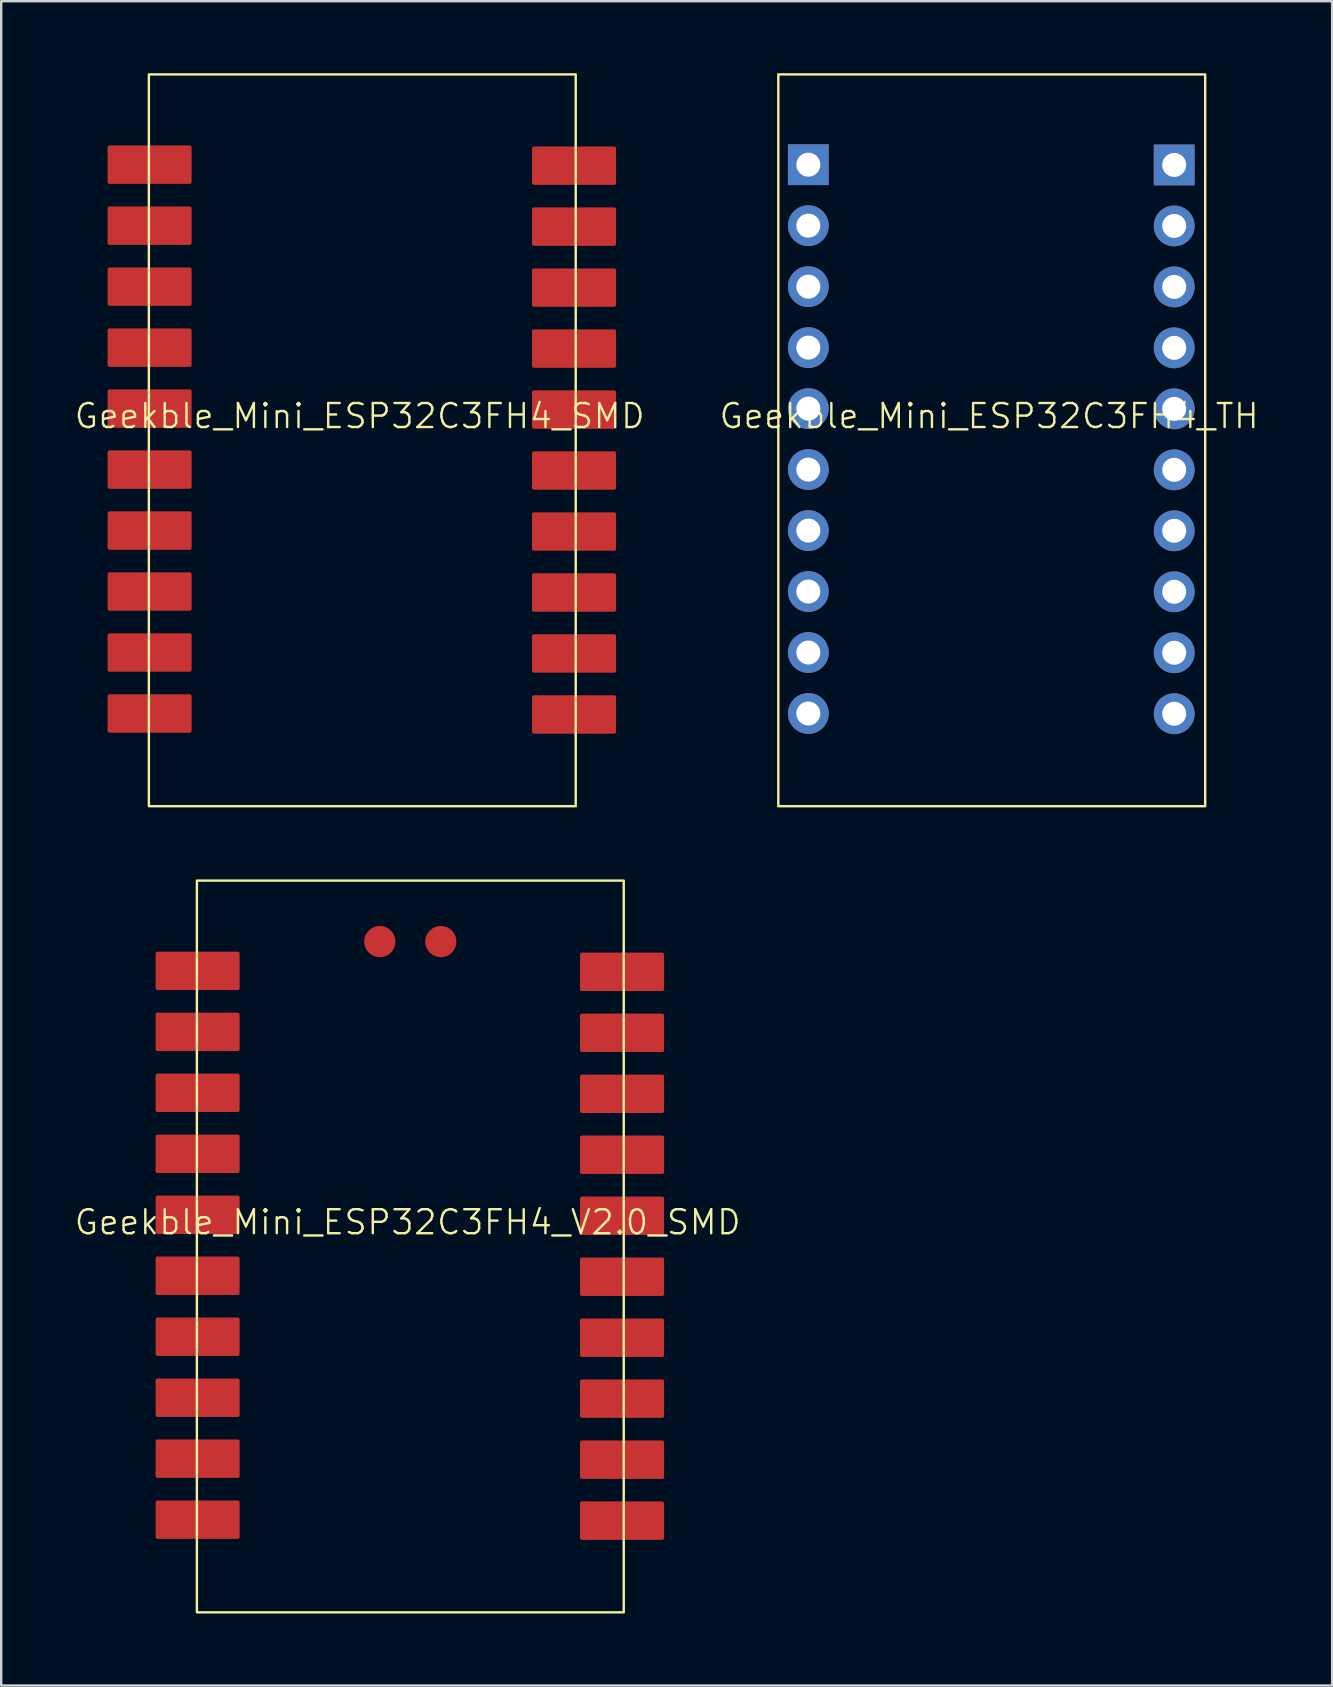
<source format=kicad_pcb>
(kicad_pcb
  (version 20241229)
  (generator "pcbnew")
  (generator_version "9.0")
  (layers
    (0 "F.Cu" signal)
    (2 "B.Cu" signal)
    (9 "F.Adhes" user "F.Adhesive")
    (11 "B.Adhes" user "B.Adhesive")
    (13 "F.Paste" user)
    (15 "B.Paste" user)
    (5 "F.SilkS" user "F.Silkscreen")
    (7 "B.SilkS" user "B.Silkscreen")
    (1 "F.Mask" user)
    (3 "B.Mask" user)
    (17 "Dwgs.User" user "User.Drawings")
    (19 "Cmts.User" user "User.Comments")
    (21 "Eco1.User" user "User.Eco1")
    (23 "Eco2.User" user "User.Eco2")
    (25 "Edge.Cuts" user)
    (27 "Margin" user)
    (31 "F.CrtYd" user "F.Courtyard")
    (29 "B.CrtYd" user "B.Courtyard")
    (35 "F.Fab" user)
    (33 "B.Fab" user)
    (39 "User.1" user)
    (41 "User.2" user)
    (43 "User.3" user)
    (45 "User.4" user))
  (footprint "Geekble_Mini_ESP32C3FH4_SMD"
    (layer "F.Cu")
    (at 11.931 14.28)
    (property "Reference" "Geekble_Mini_ESP32C3FH4_SMD" (at 0 0 0) (unlocked yes) (layer "F.SilkS") (effects (font (size 1 1) (thickness 0.1))))
    (attr smd)
    (fp_rect (start -8.78 -14.23) (end 9 16.25) (stroke (width 0.1) (type default)) (fill no) (layer "F.SilkS"))
    (pad "1" smd roundrect (at -8.75 -10.47) (size 3.5 1.6) (layers "F.Cu" "F.Mask" "F.Paste") (roundrect_rratio 0.05))
    (pad "2" smd roundrect (at -8.75 -7.93) (size 3.5 1.6) (layers "F.Cu" "F.Mask" "F.Paste") (roundrect_rratio 0.05))
    (pad "3" smd roundrect (at -8.75 -5.39) (size 3.5 1.6) (layers "F.Cu" "F.Mask" "F.Paste") (roundrect_rratio 0.05))
    (pad "4" smd roundrect (at -8.75 -2.85) (size 3.5 1.6) (layers "F.Cu" "F.Mask" "F.Paste") (roundrect_rratio 0.05))
    (pad "5" smd roundrect (at -8.75 -0.31) (size 3.5 1.6) (layers "F.Cu" "F.Mask" "F.Paste") (roundrect_rratio 0.05))
    (pad "6" smd roundrect (at -8.75 2.23) (size 3.5 1.6) (layers "F.Cu" "F.Mask" "F.Paste") (roundrect_rratio 0.05))
    (pad "7" smd roundrect (at -8.75 4.77) (size 3.5 1.6) (layers "F.Cu" "F.Mask" "F.Paste") (roundrect_rratio 0.05))
    (pad "8" smd roundrect (at -8.75 7.31) (size 3.5 1.6) (layers "F.Cu" "F.Mask" "F.Paste") (roundrect_rratio 0.05))
    (pad "9" smd roundrect (at -8.75 9.85) (size 3.5 1.6) (layers "F.Cu" "F.Mask" "F.Paste") (roundrect_rratio 0.05))
    (pad "10" smd roundrect (at -8.75 12.39) (size 3.5 1.6) (layers "F.Cu" "F.Mask" "F.Paste") (roundrect_rratio 0.05))
    (pad "11" smd roundrect (at 8.93 -10.43) (size 3.5 1.6) (layers "F.Cu" "F.Mask" "F.Paste") (roundrect_rratio 0.05))
    (pad "12" smd roundrect (at 8.93 -7.89) (size 3.5 1.6) (layers "F.Cu" "F.Mask" "F.Paste") (roundrect_rratio 0.05))
    (pad "13" smd roundrect (at 8.93 -5.35) (size 3.5 1.6) (layers "F.Cu" "F.Mask" "F.Paste") (roundrect_rratio 0.05))
    (pad "14" smd roundrect (at 8.93 -2.81) (size 3.5 1.6) (layers "F.Cu" "F.Mask" "F.Paste") (roundrect_rratio 0.05))
    (pad "15" smd roundrect (at 8.93 -0.27) (size 3.5 1.6) (layers "F.Cu" "F.Mask" "F.Paste") (roundrect_rratio 0.05))
    (pad "16" smd roundrect (at 8.93 2.27) (size 3.5 1.6) (layers "F.Cu" "F.Mask" "F.Paste") (roundrect_rratio 0.05))
    (pad "17" smd roundrect (at 8.93 4.81) (size 3.5 1.6) (layers "F.Cu" "F.Mask" "F.Paste") (roundrect_rratio 0.05))
    (pad "18" smd roundrect (at 8.93 7.35) (size 3.5 1.6) (layers "F.Cu" "F.Mask" "F.Paste") (roundrect_rratio 0.05))
    (pad "19" smd roundrect (at 8.93 9.89) (size 3.5 1.6) (layers "F.Cu" "F.Mask" "F.Paste") (roundrect_rratio 0.05))
    (pad "20" smd roundrect (at 8.93 12.43) (size 3.5 1.6) (layers "F.Cu" "F.Mask" "F.Paste") (roundrect_rratio 0.05)))
  (footprint "Geekble_Mini_ESP32C3FH4_V2.0_SMD"
    (layer "F.Cu")
    (at 13.931 47.86)
    (property "Reference" "Geekble_Mini_ESP32C3FH4_V2.0_SMD" (at 0 0 0) (unlocked yes) (layer "F.SilkS") (effects (font (size 1 1) (thickness 0.1))))
    (attr smd)
    (fp_rect (start -8.78 -14.23) (end 9 16.25) (stroke (width 0.1) (type default)) (fill no) (layer "F.SilkS"))
    (pad "1" smd roundrect (at -8.75 -10.47) (size 3.5 1.6) (layers "F.Cu" "F.Mask" "F.Paste") (roundrect_rratio 0.05))
    (pad "2" smd roundrect (at -8.75 -7.93) (size 3.5 1.6) (layers "F.Cu" "F.Mask" "F.Paste") (roundrect_rratio 0.05))
    (pad "3" smd roundrect (at -8.75 -5.39) (size 3.5 1.6) (layers "F.Cu" "F.Mask" "F.Paste") (roundrect_rratio 0.05))
    (pad "4" smd roundrect (at -8.75 -2.85) (size 3.5 1.6) (layers "F.Cu" "F.Mask" "F.Paste") (roundrect_rratio 0.05))
    (pad "5" smd roundrect (at -8.75 -0.31) (size 3.5 1.6) (layers "F.Cu" "F.Mask" "F.Paste") (roundrect_rratio 0.05))
    (pad "6" smd roundrect (at -8.75 2.23) (size 3.5 1.6) (layers "F.Cu" "F.Mask" "F.Paste") (roundrect_rratio 0.05))
    (pad "7" smd roundrect (at -8.75 4.77) (size 3.5 1.6) (layers "F.Cu" "F.Mask" "F.Paste") (roundrect_rratio 0.05))
    (pad "8" smd roundrect (at -8.75 7.31) (size 3.5 1.6) (layers "F.Cu" "F.Mask" "F.Paste") (roundrect_rratio 0.05))
    (pad "9" smd roundrect (at -8.75 9.85) (size 3.5 1.6) (layers "F.Cu" "F.Mask" "F.Paste") (roundrect_rratio 0.05))
    (pad "10" smd roundrect (at -8.75 12.39) (size 3.5 1.6) (layers "F.Cu" "F.Mask" "F.Paste") (roundrect_rratio 0.05))
    (pad "11" smd roundrect (at 8.93 -10.43) (size 3.5 1.6) (layers "F.Cu" "F.Mask" "F.Paste") (roundrect_rratio 0.05))
    (pad "12" smd roundrect (at 8.93 -7.89) (size 3.5 1.6) (layers "F.Cu" "F.Mask" "F.Paste") (roundrect_rratio 0.05))
    (pad "13" smd roundrect (at 8.93 -5.35) (size 3.5 1.6) (layers "F.Cu" "F.Mask" "F.Paste") (roundrect_rratio 0.05))
    (pad "14" smd roundrect (at 8.93 -2.81) (size 3.5 1.6) (layers "F.Cu" "F.Mask" "F.Paste") (roundrect_rratio 0.05))
    (pad "15" smd roundrect (at 8.93 -0.27) (size 3.5 1.6) (layers "F.Cu" "F.Mask" "F.Paste") (roundrect_rratio 0.05))
    (pad "16" smd roundrect (at 8.93 2.27) (size 3.5 1.6) (layers "F.Cu" "F.Mask" "F.Paste") (roundrect_rratio 0.05))
    (pad "17" smd roundrect (at 8.93 4.81) (size 3.5 1.6) (layers "F.Cu" "F.Mask" "F.Paste") (roundrect_rratio 0.05))
    (pad "18" smd roundrect (at 8.93 7.35) (size 3.5 1.6) (layers "F.Cu" "F.Mask" "F.Paste") (roundrect_rratio 0.05))
    (pad "19" smd roundrect (at 8.93 9.89) (size 3.5 1.6) (layers "F.Cu" "F.Mask" "F.Paste") (roundrect_rratio 0.05))
    (pad "20" smd roundrect (at 8.93 12.43) (size 3.5 1.6) (layers "F.Cu" "F.Mask" "F.Paste") (roundrect_rratio 0.05))
    (pad "21" smd circle (at 1.38 -11.69) (size 1.3 1.3) (layers "F.Cu" "F.Mask" "F.Paste"))
    (pad "22" smd circle (at -1.16 -11.69) (size 1.3 1.3) (layers "F.Cu" "F.Mask" "F.Paste")))
  (footprint "Geekble_Mini_ESP32C3FH4_TH"
    (layer "F.Cu")
    (at 38.15 14.28)
    (property "Reference" "Geekble_Mini_ESP32C3FH4_TH" (at 0 0 0) (unlocked yes) (layer "F.SilkS") (effects (font (size 1 1) (thickness 0.1))))
    (attr smd)
    (fp_rect (start -8.78 -14.23) (end 9 16.25) (stroke (width 0.1) (type default)) (fill no) (layer "F.SilkS"))
    (pad "1" thru_hole rect (at -7.53 -10.47) (size 1.7 1.7) (drill 1) (layers "*.Cu" "*.Mask"))
    (pad "2" thru_hole circle (at -7.53 -7.93) (size 1.7 1.7) (drill 1) (layers "*.Cu" "*.Mask"))
    (pad "3" thru_hole circle (at -7.53 -5.39) (size 1.7 1.7) (drill 1) (layers "*.Cu" "*.Mask"))
    (pad "4" thru_hole circle (at -7.53 -2.85) (size 1.7 1.7) (drill 1) (layers "*.Cu" "*.Mask"))
    (pad "5" thru_hole circle (at -7.53 -0.31) (size 1.7 1.7) (drill 1) (layers "*.Cu" "*.Mask"))
    (pad "6" thru_hole circle (at -7.53 2.23) (size 1.7 1.7) (drill 1) (layers "*.Cu" "*.Mask"))
    (pad "7" thru_hole circle (at -7.53 4.77) (size 1.7 1.7) (drill 1) (layers "*.Cu" "*.Mask"))
    (pad "8" thru_hole circle (at -7.53 7.31) (size 1.7 1.7) (drill 1) (layers "*.Cu" "*.Mask"))
    (pad "9" thru_hole circle (at -7.53 9.85) (size 1.7 1.7) (drill 1) (layers "*.Cu" "*.Mask"))
    (pad "10" thru_hole circle (at -7.53 12.39) (size 1.7 1.7) (drill 1) (layers "*.Cu" "*.Mask"))
    (pad "11" thru_hole rect (at 7.71 -10.46) (size 1.7 1.7) (drill 1) (layers "*.Cu" "*.Mask"))
    (pad "12" thru_hole circle (at 7.71 -7.92) (size 1.7 1.7) (drill 1) (layers "*.Cu" "*.Mask"))
    (pad "13" thru_hole circle (at 7.71 -5.38) (size 1.7 1.7) (drill 1) (layers "*.Cu" "*.Mask"))
    (pad "14" thru_hole circle (at 7.71 -2.84) (size 1.7 1.7) (drill 1) (layers "*.Cu" "*.Mask"))
    (pad "15" thru_hole circle (at 7.71 -0.3) (size 1.7 1.7) (drill 1) (layers "*.Cu" "*.Mask"))
    (pad "16" thru_hole circle (at 7.71 2.24) (size 1.7 1.7) (drill 1) (layers "*.Cu" "*.Mask"))
    (pad "17" thru_hole circle (at 7.71 4.78) (size 1.7 1.7) (drill 1) (layers "*.Cu" "*.Mask"))
    (pad "18" thru_hole circle (at 7.71 7.32) (size 1.7 1.7) (drill 1) (layers "*.Cu" "*.Mask"))
    (pad "19" thru_hole circle (at 7.71 9.86) (size 1.7 1.7) (drill 1) (layers "*.Cu" "*.Mask"))
    (pad "20" thru_hole circle (at 7.71 12.4) (size 1.7 1.7) (drill 1) (layers "*.Cu" "*.Mask")))
  (gr_rect
    (start -3 -3)
    (end 52.438 67.16)
    (stroke (width 0.1) (type default))
    (fill no)
    (layer "Edge.Cuts")))
</source>
